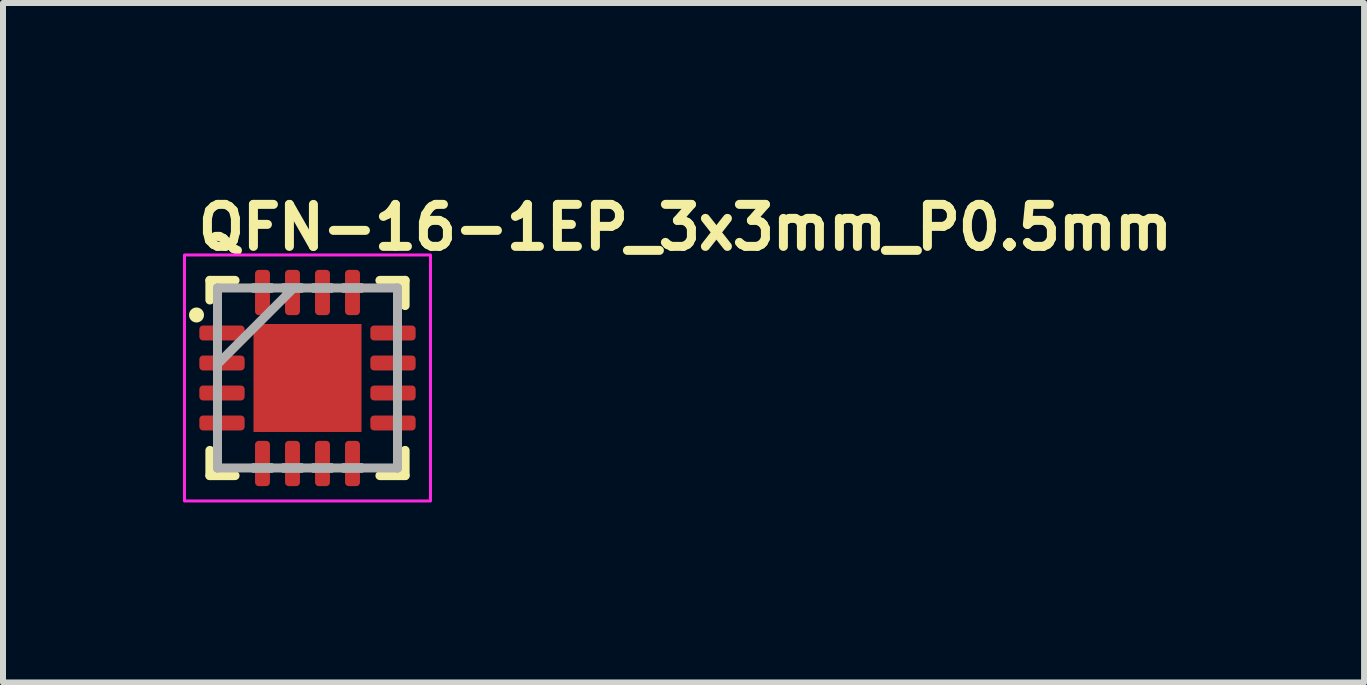
<source format=kicad_pcb>
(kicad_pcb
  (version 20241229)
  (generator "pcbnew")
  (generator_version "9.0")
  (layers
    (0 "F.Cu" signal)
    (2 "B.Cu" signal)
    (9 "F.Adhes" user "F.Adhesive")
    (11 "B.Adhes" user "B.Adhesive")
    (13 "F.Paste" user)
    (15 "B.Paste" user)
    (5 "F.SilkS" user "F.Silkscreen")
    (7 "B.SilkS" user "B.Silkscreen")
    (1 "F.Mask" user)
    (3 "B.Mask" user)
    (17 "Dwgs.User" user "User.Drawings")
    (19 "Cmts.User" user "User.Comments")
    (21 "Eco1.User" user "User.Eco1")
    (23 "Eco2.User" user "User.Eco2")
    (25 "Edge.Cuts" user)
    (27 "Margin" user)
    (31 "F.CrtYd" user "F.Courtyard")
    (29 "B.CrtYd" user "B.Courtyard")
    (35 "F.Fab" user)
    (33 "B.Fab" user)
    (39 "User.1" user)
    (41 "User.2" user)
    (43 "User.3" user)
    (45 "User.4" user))
  (footprint "QFN-16-1EP_3x3mm_P0.5mm"
    (layer "F.Cu")
    (at 2.075 3.25)
    (property "Reference" "QFN-16-1EP_3x3mm_P0.5mm" (at -1.9 -2.1 0) (unlocked yes) (layer "F.SilkS") (effects (font (size 0.7 0.7) (thickness 0.15)) (justify left bottom)))
    (attr smd)
    (fp_line (start -1.627 -1.627) (end -1.627 -1.3) (stroke (width 0.15) (type solid)) (layer "F.SilkS"))
    (fp_line (start -1.627 1.207) (end -1.627 1.627) (stroke (width 0.15) (type solid)) (layer "F.SilkS"))
    (fp_line (start -1.627 1.627) (end -1.207 1.627) (stroke (width 0.15) (type solid)) (layer "F.SilkS"))
    (fp_line (start -1.207 -1.627) (end -1.627 -1.627) (stroke (width 0.15) (type solid)) (layer "F.SilkS"))
    (fp_line (start 1.207 1.627) (end 1.627 1.627) (stroke (width 0.15) (type solid)) (layer "F.SilkS"))
    (fp_line (start 1.627 -1.627) (end 1.207 -1.627) (stroke (width 0.15) (type solid)) (layer "F.SilkS"))
    (fp_line (start 1.627 -1.207) (end 1.627 -1.627) (stroke (width 0.15) (type solid)) (layer "F.SilkS"))
    (fp_line (start 1.627 1.627) (end 1.627 1.207) (stroke (width 0.15) (type solid)) (layer "F.SilkS"))
    (fp_circle (center -1.85 -1.05) (end -1.8 -1.05) (stroke (width 0.15) (type solid)) (fill yes) (layer "F.SilkS"))
    (fp_rect (start -2.05 -2.05) (end 2.05 2.05) (stroke (width 0.05) (type solid)) (fill no) (layer "F.CrtYd"))
    (fp_line (start -1.5 -1.5) (end -1.5 -1.5) (stroke (width 0.15) (type solid)) (layer "F.Fab"))
    (fp_line (start -1.5 -1.5) (end -1.5 1.5) (stroke (width 0.15) (type solid)) (layer "F.Fab"))
    (fp_line (start -1.5 -0.9) (end -1.5 -0.9) (stroke (width 0.15) (type solid)) (layer "F.Fab"))
    (fp_line (start -1.5 -0.9) (end -1.5 -0.6) (stroke (width 0.15) (type solid)) (layer "F.Fab"))
    (fp_line (start -1.5 -0.6) (end -1.5 -0.9) (stroke (width 0.15) (type solid)) (layer "F.Fab"))
    (fp_line (start -1.5 -0.6) (end -1.5 -0.6) (stroke (width 0.15) (type solid)) (layer "F.Fab"))
    (fp_line (start -1.5 -0.4) (end -1.5 -0.4) (stroke (width 0.15) (type solid)) (layer "F.Fab"))
    (fp_line (start -1.5 -0.4) (end -1.5 -0.1) (stroke (width 0.15) (type solid)) (layer "F.Fab"))
    (fp_line (start -1.5 -0.23) (end -0.23 -1.5) (stroke (width 0.15) (type solid)) (layer "F.Fab"))
    (fp_line (start -1.5 -0.1) (end -1.5 -0.4) (stroke (width 0.15) (type solid)) (layer "F.Fab"))
    (fp_line (start -1.5 -0.1) (end -1.5 -0.1) (stroke (width 0.15) (type solid)) (layer "F.Fab"))
    (fp_line (start -1.5 0.1) (end -1.5 0.1) (stroke (width 0.15) (type solid)) (layer "F.Fab"))
    (fp_line (start -1.5 0.1) (end -1.5 0.4) (stroke (width 0.15) (type solid)) (layer "F.Fab"))
    (fp_line (start -1.5 0.4) (end -1.5 0.1) (stroke (width 0.15) (type solid)) (layer "F.Fab"))
    (fp_line (start -1.5 0.4) (end -1.5 0.4) (stroke (width 0.15) (type solid)) (layer "F.Fab"))
    (fp_line (start -1.5 0.6) (end -1.5 0.6) (stroke (width 0.15) (type solid)) (layer "F.Fab"))
    (fp_line (start -1.5 0.6) (end -1.5 0.9) (stroke (width 0.15) (type solid)) (layer "F.Fab"))
    (fp_line (start -1.5 0.9) (end -1.5 0.6) (stroke (width 0.15) (type solid)) (layer "F.Fab"))
    (fp_line (start -1.5 0.9) (end -1.5 0.9) (stroke (width 0.15) (type solid)) (layer "F.Fab"))
    (fp_line (start -1.5 1.5) (end -1.5 1.5) (stroke (width 0.15) (type solid)) (layer "F.Fab"))
    (fp_line (start -1.5 1.5) (end 1.5 1.5) (stroke (width 0.15) (type solid)) (layer "F.Fab"))
    (fp_line (start -0.9 -1.5) (end -0.9 -1.5) (stroke (width 0.15) (type solid)) (layer "F.Fab"))
    (fp_line (start -0.9 -1.5) (end -0.6 -1.5) (stroke (width 0.15) (type solid)) (layer "F.Fab"))
    (fp_line (start -0.9 1.5) (end -0.9 1.5) (stroke (width 0.15) (type solid)) (layer "F.Fab"))
    (fp_line (start -0.9 1.5) (end -0.6 1.5) (stroke (width 0.15) (type solid)) (layer "F.Fab"))
    (fp_line (start -0.6 -1.5) (end -0.9 -1.5) (stroke (width 0.15) (type solid)) (layer "F.Fab"))
    (fp_line (start -0.6 -1.5) (end -0.6 -1.5) (stroke (width 0.15) (type solid)) (layer "F.Fab"))
    (fp_line (start -0.6 1.5) (end -0.9 1.5) (stroke (width 0.15) (type solid)) (layer "F.Fab"))
    (fp_line (start -0.6 1.5) (end -0.6 1.5) (stroke (width 0.15) (type solid)) (layer "F.Fab"))
    (fp_line (start -0.4 -1.5) (end -0.4 -1.5) (stroke (width 0.15) (type solid)) (layer "F.Fab"))
    (fp_line (start -0.4 -1.5) (end -0.1 -1.5) (stroke (width 0.15) (type solid)) (layer "F.Fab"))
    (fp_line (start -0.4 1.5) (end -0.4 1.5) (stroke (width 0.15) (type solid)) (layer "F.Fab"))
    (fp_line (start -0.4 1.5) (end -0.1 1.5) (stroke (width 0.15) (type solid)) (layer "F.Fab"))
    (fp_line (start -0.1 -1.5) (end -0.4 -1.5) (stroke (width 0.15) (type solid)) (layer "F.Fab"))
    (fp_line (start -0.1 -1.5) (end -0.1 -1.5) (stroke (width 0.15) (type solid)) (layer "F.Fab"))
    (fp_line (start -0.1 1.5) (end -0.4 1.5) (stroke (width 0.15) (type solid)) (layer "F.Fab"))
    (fp_line (start -0.1 1.5) (end -0.1 1.5) (stroke (width 0.15) (type solid)) (layer "F.Fab"))
    (fp_line (start 0.1 -1.5) (end 0.1 -1.5) (stroke (width 0.15) (type solid)) (layer "F.Fab"))
    (fp_line (start 0.1 -1.5) (end 0.4 -1.5) (stroke (width 0.15) (type solid)) (layer "F.Fab"))
    (fp_line (start 0.1 1.5) (end 0.1 1.5) (stroke (width 0.15) (type solid)) (layer "F.Fab"))
    (fp_line (start 0.1 1.5) (end 0.4 1.5) (stroke (width 0.15) (type solid)) (layer "F.Fab"))
    (fp_line (start 0.4 -1.5) (end 0.1 -1.5) (stroke (width 0.15) (type solid)) (layer "F.Fab"))
    (fp_line (start 0.4 -1.5) (end 0.4 -1.5) (stroke (width 0.15) (type solid)) (layer "F.Fab"))
    (fp_line (start 0.4 1.5) (end 0.1 1.5) (stroke (width 0.15) (type solid)) (layer "F.Fab"))
    (fp_line (start 0.4 1.5) (end 0.4 1.5) (stroke (width 0.15) (type solid)) (layer "F.Fab"))
    (fp_line (start 0.6 -1.5) (end 0.6 -1.5) (stroke (width 0.15) (type solid)) (layer "F.Fab"))
    (fp_line (start 0.6 -1.5) (end 0.9 -1.5) (stroke (width 0.15) (type solid)) (layer "F.Fab"))
    (fp_line (start 0.6 1.5) (end 0.6 1.5) (stroke (width 0.15) (type solid)) (layer "F.Fab"))
    (fp_line (start 0.6 1.5) (end 0.9 1.5) (stroke (width 0.15) (type solid)) (layer "F.Fab"))
    (fp_line (start 0.9 -1.5) (end 0.6 -1.5) (stroke (width 0.15) (type solid)) (layer "F.Fab"))
    (fp_line (start 0.9 -1.5) (end 0.9 -1.5) (stroke (width 0.15) (type solid)) (layer "F.Fab"))
    (fp_line (start 0.9 1.5) (end 0.6 1.5) (stroke (width 0.15) (type solid)) (layer "F.Fab"))
    (fp_line (start 0.9 1.5) (end 0.9 1.5) (stroke (width 0.15) (type solid)) (layer "F.Fab"))
    (fp_line (start 1.5 -1.5) (end -1.5 -1.5) (stroke (width 0.15) (type solid)) (layer "F.Fab"))
    (fp_line (start 1.5 -1.5) (end 1.5 -1.5) (stroke (width 0.15) (type solid)) (layer "F.Fab"))
    (fp_line (start 1.5 -0.9) (end 1.5 -0.9) (stroke (width 0.15) (type solid)) (layer "F.Fab"))
    (fp_line (start 1.5 -0.9) (end 1.5 -0.6) (stroke (width 0.15) (type solid)) (layer "F.Fab"))
    (fp_line (start 1.5 -0.6) (end 1.5 -0.9) (stroke (width 0.15) (type solid)) (layer "F.Fab"))
    (fp_line (start 1.5 -0.6) (end 1.5 -0.6) (stroke (width 0.15) (type solid)) (layer "F.Fab"))
    (fp_line (start 1.5 -0.4) (end 1.5 -0.4) (stroke (width 0.15) (type solid)) (layer "F.Fab"))
    (fp_line (start 1.5 -0.4) (end 1.5 -0.1) (stroke (width 0.15) (type solid)) (layer "F.Fab"))
    (fp_line (start 1.5 -0.1) (end 1.5 -0.4) (stroke (width 0.15) (type solid)) (layer "F.Fab"))
    (fp_line (start 1.5 -0.1) (end 1.5 -0.1) (stroke (width 0.15) (type solid)) (layer "F.Fab"))
    (fp_line (start 1.5 0.1) (end 1.5 0.1) (stroke (width 0.15) (type solid)) (layer "F.Fab"))
    (fp_line (start 1.5 0.1) (end 1.5 0.4) (stroke (width 0.15) (type solid)) (layer "F.Fab"))
    (fp_line (start 1.5 0.4) (end 1.5 0.1) (stroke (width 0.15) (type solid)) (layer "F.Fab"))
    (fp_line (start 1.5 0.4) (end 1.5 0.4) (stroke (width 0.15) (type solid)) (layer "F.Fab"))
    (fp_line (start 1.5 0.6) (end 1.5 0.6) (stroke (width 0.15) (type solid)) (layer "F.Fab"))
    (fp_line (start 1.5 0.6) (end 1.5 0.9) (stroke (width 0.15) (type solid)) (layer "F.Fab"))
    (fp_line (start 1.5 0.9) (end 1.5 0.6) (stroke (width 0.15) (type solid)) (layer "F.Fab"))
    (fp_line (start 1.5 0.9) (end 1.5 0.9) (stroke (width 0.15) (type solid)) (layer "F.Fab"))
    (fp_line (start 1.5 1.5) (end 1.5 -1.5) (stroke (width 0.15) (type solid)) (layer "F.Fab"))
    (fp_line (start 1.5 1.5) (end 1.5 1.5) (stroke (width 0.15) (type solid)) (layer "F.Fab"))
    (fp_rect (start -1.5 -1.5) (end 1.5 1.5) (stroke (width 0.1) (type solid)) (fill no) (layer "User.5"))
    (fp_line (start -1.5 -1.5) (end -1.5 1.5) (stroke (width 0.02) (type solid)) (layer "User.9"))
    (fp_line (start -1.5 1.5) (end 1.5 1.5) (stroke (width 0.02) (type solid)) (layer "User.9"))
    (fp_line (start -1.35 -1.2) (end -1.346 -1.167) (stroke (width 0.02) (type solid)) (layer "User.9"))
    (fp_line (start -1.35 -1.2) (end -1.346 -1.167) (stroke (width 0.02) (type solid)) (layer "User.9"))
    (fp_line (start -1.346 -1.233) (end -1.35 -1.2) (stroke (width 0.02) (type solid)) (layer "User.9"))
    (fp_line (start -1.346 -1.233) (end -1.35 -1.2) (stroke (width 0.02) (type solid)) (layer "User.9"))
    (fp_line (start -1.346 -1.167) (end -1.335 -1.135) (stroke (width 0.02) (type solid)) (layer "User.9"))
    (fp_line (start -1.346 -1.167) (end -1.335 -1.135) (stroke (width 0.02) (type solid)) (layer "User.9"))
    (fp_line (start -1.335 -1.265) (end -1.346 -1.233) (stroke (width 0.02) (type solid)) (layer "User.9"))
    (fp_line (start -1.335 -1.265) (end -1.346 -1.233) (stroke (width 0.02) (type solid)) (layer "User.9"))
    (fp_line (start -1.335 -1.135) (end -1.317 -1.106) (stroke (width 0.02) (type solid)) (layer "User.9"))
    (fp_line (start -1.335 -1.135) (end -1.317 -1.106) (stroke (width 0.02) (type solid)) (layer "User.9"))
    (fp_line (start -1.317 -1.294) (end -1.335 -1.265) (stroke (width 0.02) (type solid)) (layer "User.9"))
    (fp_line (start -1.317 -1.294) (end -1.335 -1.265) (stroke (width 0.02) (type solid)) (layer "User.9"))
    (fp_line (start -1.317 -1.106) (end -1.294 -1.083) (stroke (width 0.02) (type solid)) (layer "User.9"))
    (fp_line (start -1.317 -1.106) (end -1.294 -1.083) (stroke (width 0.02) (type solid)) (layer "User.9"))
    (fp_line (start -1.294 -1.317) (end -1.317 -1.294) (stroke (width 0.02) (type solid)) (layer "User.9"))
    (fp_line (start -1.294 -1.317) (end -1.317 -1.294) (stroke (width 0.02) (type solid)) (layer "User.9"))
    (fp_line (start -1.294 -1.083) (end -1.265 -1.065) (stroke (width 0.02) (type solid)) (layer "User.9"))
    (fp_line (start -1.294 -1.083) (end -1.265 -1.065) (stroke (width 0.02) (type solid)) (layer "User.9"))
    (fp_line (start -1.265 -1.335) (end -1.294 -1.317) (stroke (width 0.02) (type solid)) (layer "User.9"))
    (fp_line (start -1.265 -1.335) (end -1.294 -1.317) (stroke (width 0.02) (type solid)) (layer "User.9"))
    (fp_line (start -1.265 -1.065) (end -1.233 -1.054) (stroke (width 0.02) (type solid)) (layer "User.9"))
    (fp_line (start -1.265 -1.065) (end -1.233 -1.054) (stroke (width 0.02) (type solid)) (layer "User.9"))
    (fp_line (start -1.233 -1.346) (end -1.265 -1.335) (stroke (width 0.02) (type solid)) (layer "User.9"))
    (fp_line (start -1.233 -1.346) (end -1.265 -1.335) (stroke (width 0.02) (type solid)) (layer "User.9"))
    (fp_line (start -1.233 -1.054) (end -1.2 -1.05) (stroke (width 0.02) (type solid)) (layer "User.9"))
    (fp_line (start -1.233 -1.054) (end -1.2 -1.05) (stroke (width 0.02) (type solid)) (layer "User.9"))
    (fp_line (start -1.2 -1.35) (end -1.233 -1.346) (stroke (width 0.02) (type solid)) (layer "User.9"))
    (fp_line (start -1.2 -1.35) (end -1.233 -1.346) (stroke (width 0.02) (type solid)) (layer "User.9"))
    (fp_line (start -1.2 -1.05) (end -1.167 -1.054) (stroke (width 0.02) (type solid)) (layer "User.9"))
    (fp_line (start -1.2 -1.05) (end -1.167 -1.054) (stroke (width 0.02) (type solid)) (layer "User.9"))
    (fp_line (start -1.167 -1.346) (end -1.2 -1.35) (stroke (width 0.02) (type solid)) (layer "User.9"))
    (fp_line (start -1.167 -1.346) (end -1.2 -1.35) (stroke (width 0.02) (type solid)) (layer "User.9"))
    (fp_line (start -1.167 -1.054) (end -1.135 -1.065) (stroke (width 0.02) (type solid)) (layer "User.9"))
    (fp_line (start -1.167 -1.054) (end -1.135 -1.065) (stroke (width 0.02) (type solid)) (layer "User.9"))
    (fp_line (start -1.135 -1.335) (end -1.167 -1.346) (stroke (width 0.02) (type solid)) (layer "User.9"))
    (fp_line (start -1.135 -1.335) (end -1.167 -1.346) (stroke (width 0.02) (type solid)) (layer "User.9"))
    (fp_line (start -1.135 -1.065) (end -1.106 -1.083) (stroke (width 0.02) (type solid)) (layer "User.9"))
    (fp_line (start -1.135 -1.065) (end -1.106 -1.083) (stroke (width 0.02) (type solid)) (layer "User.9"))
    (fp_line (start -1.106 -1.317) (end -1.135 -1.335) (stroke (width 0.02) (type solid)) (layer "User.9"))
    (fp_line (start -1.106 -1.317) (end -1.135 -1.335) (stroke (width 0.02) (type solid)) (layer "User.9"))
    (fp_line (start -1.106 -1.083) (end -1.083 -1.106) (stroke (width 0.02) (type solid)) (layer "User.9"))
    (fp_line (start -1.106 -1.083) (end -1.083 -1.106) (stroke (width 0.02) (type solid)) (layer "User.9"))
    (fp_line (start -1.083 -1.294) (end -1.106 -1.317) (stroke (width 0.02) (type solid)) (layer "User.9"))
    (fp_line (start -1.083 -1.294) (end -1.106 -1.317) (stroke (width 0.02) (type solid)) (layer "User.9"))
    (fp_line (start -1.083 -1.106) (end -1.065 -1.135) (stroke (width 0.02) (type solid)) (layer "User.9"))
    (fp_line (start -1.083 -1.106) (end -1.065 -1.135) (stroke (width 0.02) (type solid)) (layer "User.9"))
    (fp_line (start -1.065 -1.265) (end -1.083 -1.294) (stroke (width 0.02) (type solid)) (layer "User.9"))
    (fp_line (start -1.065 -1.265) (end -1.083 -1.294) (stroke (width 0.02) (type solid)) (layer "User.9"))
    (fp_line (start -1.065 -1.135) (end -1.054 -1.167) (stroke (width 0.02) (type solid)) (layer "User.9"))
    (fp_line (start -1.065 -1.135) (end -1.054 -1.167) (stroke (width 0.02) (type solid)) (layer "User.9"))
    (fp_line (start -1.054 -1.233) (end -1.065 -1.265) (stroke (width 0.02) (type solid)) (layer "User.9"))
    (fp_line (start -1.054 -1.233) (end -1.065 -1.265) (stroke (width 0.02) (type solid)) (layer "User.9"))
    (fp_line (start -1.054 -1.167) (end -1.05 -1.2) (stroke (width 0.02) (type solid)) (layer "User.9"))
    (fp_line (start -1.054 -1.167) (end -1.05 -1.2) (stroke (width 0.02) (type solid)) (layer "User.9"))
    (fp_line (start -1.05 -1.2) (end -1.054 -1.233) (stroke (width 0.02) (type solid)) (layer "User.9"))
    (fp_line (start -1.05 -1.2) (end -1.054 -1.233) (stroke (width 0.02) (type solid)) (layer "User.9"))
    (fp_line (start 1.5 -1.5) (end -1.5 -1.5) (stroke (width 0.02) (type solid)) (layer "User.9"))
    (fp_line (start 1.5 1.5) (end 1.5 -1.5) (stroke (width 0.02) (type solid)) (layer "User.9"))
    (pad "1" smd roundrect (at -1.425 -0.75 90) (size 0.249 0.755) (layers "F.Cu" "F.Mask" "F.Paste") (roundrect_rratio 0.25))
    (pad "2" smd roundrect (at -1.425 -0.25 90) (size 0.249 0.755) (layers "F.Cu" "F.Mask" "F.Paste") (roundrect_rratio 0.25))
    (pad "3" smd roundrect (at -1.425 0.25 90) (size 0.249 0.755) (layers "F.Cu" "F.Mask" "F.Paste") (roundrect_rratio 0.25))
    (pad "4" smd roundrect (at -1.425 0.75 90) (size 0.249 0.755) (layers "F.Cu" "F.Mask" "F.Paste") (roundrect_rratio 0.25))
    (pad "5" smd roundrect (at -0.75 1.425) (size 0.249 0.755) (layers "F.Cu" "F.Mask" "F.Paste") (roundrect_rratio 0.25))
    (pad "6" smd roundrect (at -0.25 1.425) (size 0.249 0.755) (layers "F.Cu" "F.Mask" "F.Paste") (roundrect_rratio 0.25))
    (pad "7" smd roundrect (at 0.25 1.425) (size 0.249 0.755) (layers "F.Cu" "F.Mask" "F.Paste") (roundrect_rratio 0.25))
    (pad "8" smd roundrect (at 0.75 1.425) (size 0.249 0.755) (layers "F.Cu" "F.Mask" "F.Paste") (roundrect_rratio 0.25))
    (pad "9" smd roundrect (at 1.425 0.75 90) (size 0.249 0.755) (layers "F.Cu" "F.Mask" "F.Paste") (roundrect_rratio 0.25))
    (pad "10" smd roundrect (at 1.425 0.25 90) (size 0.249 0.755) (layers "F.Cu" "F.Mask" "F.Paste") (roundrect_rratio 0.25))
    (pad "11" smd roundrect (at 1.425 -0.25 90) (size 0.249 0.755) (layers "F.Cu" "F.Mask" "F.Paste") (roundrect_rratio 0.25))
    (pad "12" smd roundrect (at 1.425 -0.75 90) (size 0.249 0.755) (layers "F.Cu" "F.Mask" "F.Paste") (roundrect_rratio 0.25))
    (pad "13" smd roundrect (at 0.75 -1.425) (size 0.249 0.755) (layers "F.Cu" "F.Mask" "F.Paste") (roundrect_rratio 0.25))
    (pad "14" smd roundrect (at 0.25 -1.425) (size 0.249 0.755) (layers "F.Cu" "F.Mask" "F.Paste") (roundrect_rratio 0.25))
    (pad "15" smd roundrect (at -0.25 -1.425) (size 0.249 0.755) (layers "F.Cu" "F.Mask" "F.Paste") (roundrect_rratio 0.25))
    (pad "16" smd roundrect (at -0.75 -1.425) (size 0.249 0.755) (layers "F.Cu" "F.Mask" "F.Paste") (roundrect_rratio 0.25))
    (pad "17" smd rect (at 0 0) (size 1.8 1.8) (layers "F.Cu" "F.Mask" "F.Paste")))
  (gr_rect
    (start -3 -3)
    (end 19.685 8.325)
    (stroke (width 0.1) (type default))
    (fill no)
    (layer "Edge.Cuts")))
</source>
